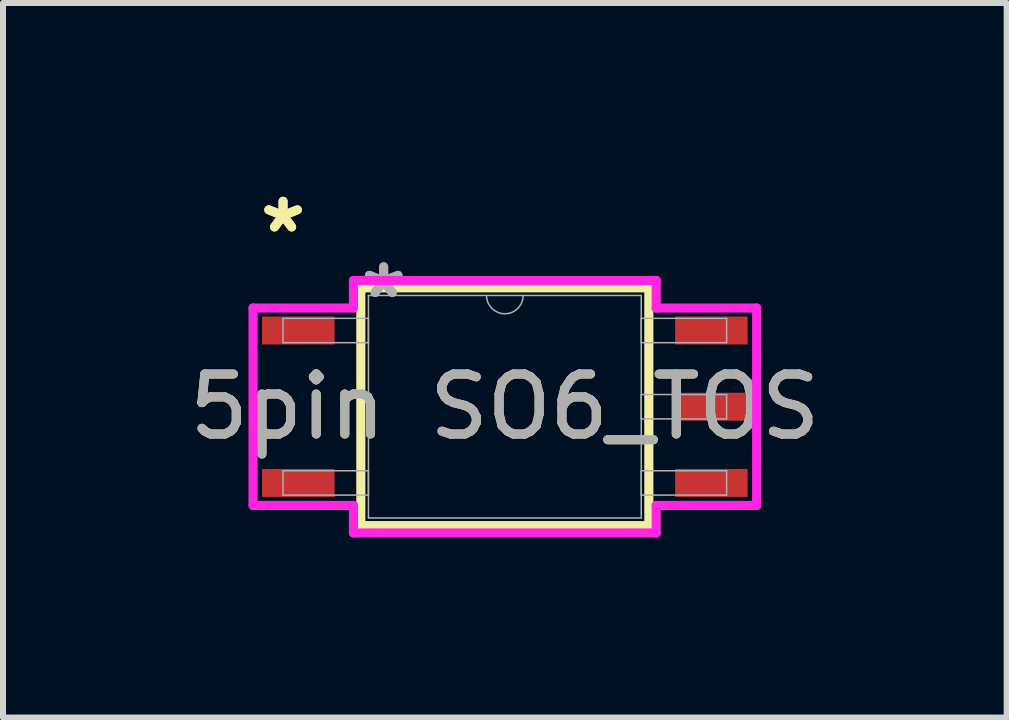
<source format=kicad_pcb>
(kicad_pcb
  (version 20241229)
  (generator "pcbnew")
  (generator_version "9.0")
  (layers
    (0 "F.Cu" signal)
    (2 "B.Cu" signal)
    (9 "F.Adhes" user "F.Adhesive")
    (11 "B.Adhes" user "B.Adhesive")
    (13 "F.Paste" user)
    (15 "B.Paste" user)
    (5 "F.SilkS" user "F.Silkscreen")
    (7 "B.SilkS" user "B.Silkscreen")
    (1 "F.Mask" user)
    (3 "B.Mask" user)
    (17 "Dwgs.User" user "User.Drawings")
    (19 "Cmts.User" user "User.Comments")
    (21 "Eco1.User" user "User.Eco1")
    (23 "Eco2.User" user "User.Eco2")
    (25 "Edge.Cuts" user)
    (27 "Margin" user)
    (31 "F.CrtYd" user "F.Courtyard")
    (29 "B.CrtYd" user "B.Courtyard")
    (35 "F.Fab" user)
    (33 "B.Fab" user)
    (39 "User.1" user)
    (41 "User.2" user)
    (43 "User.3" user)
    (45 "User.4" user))
  (footprint "5pin SO6_TOS"
    (layer "F.Cu")
    (at 5.363 3.728)
    (property "Reference" "5pin SO6_TOS" (at 0 0 0) (unlocked yes) (layer "F.SilkS") (effects (font (size 1 1) (thickness 0.15))))
    (attr smd)
    (fp_line (start -2.4 -1.981) (end -2.4 1.981) (stroke (width 0.152) (type solid)) (layer "F.SilkS"))
    (fp_line (start -2.4 1.981) (end 2.4 1.981) (stroke (width 0.152) (type solid)) (layer "F.SilkS"))
    (fp_line (start 2.4 -1.981) (end -2.4 -1.981) (stroke (width 0.152) (type solid)) (layer "F.SilkS"))
    (fp_line (start 2.4 1.981) (end 2.4 -1.981) (stroke (width 0.152) (type solid)) (layer "F.SilkS"))
    (fp_line (start -4.196 -1.645) (end -2.523 -1.645) (stroke (width 0.152) (type solid)) (layer "F.CrtYd"))
    (fp_line (start -4.196 1.645) (end -4.196 -1.645) (stroke (width 0.152) (type solid)) (layer "F.CrtYd"))
    (fp_line (start -2.523 -2.104) (end 2.523 -2.104) (stroke (width 0.152) (type solid)) (layer "F.CrtYd"))
    (fp_line (start -2.523 -1.645) (end -2.523 -2.104) (stroke (width 0.152) (type solid)) (layer "F.CrtYd"))
    (fp_line (start -2.523 1.645) (end -4.196 1.645) (stroke (width 0.152) (type solid)) (layer "F.CrtYd"))
    (fp_line (start -2.523 2.104) (end -2.523 1.645) (stroke (width 0.152) (type solid)) (layer "F.CrtYd"))
    (fp_line (start 2.523 -2.104) (end 2.523 -1.645) (stroke (width 0.152) (type solid)) (layer "F.CrtYd"))
    (fp_line (start 2.523 -1.645) (end 4.196 -1.645) (stroke (width 0.152) (type solid)) (layer "F.CrtYd"))
    (fp_line (start 2.523 1.645) (end 2.523 2.104) (stroke (width 0.152) (type solid)) (layer "F.CrtYd"))
    (fp_line (start 2.523 2.104) (end -2.523 2.104) (stroke (width 0.152) (type solid)) (layer "F.CrtYd"))
    (fp_line (start 4.196 -1.645) (end 4.196 1.645) (stroke (width 0.152) (type solid)) (layer "F.CrtYd"))
    (fp_line (start 4.196 1.645) (end 2.523 1.645) (stroke (width 0.152) (type solid)) (layer "F.CrtYd"))
    (fp_line (start -3.696 -1.473) (end -3.696 -1.067) (stroke (width 0.025) (type solid)) (layer "F.Fab"))
    (fp_line (start -3.696 -1.067) (end -2.273 -1.067) (stroke (width 0.025) (type solid)) (layer "F.Fab"))
    (fp_line (start -3.696 1.067) (end -3.696 1.473) (stroke (width 0.025) (type solid)) (layer "F.Fab"))
    (fp_line (start -3.696 1.473) (end -2.273 1.473) (stroke (width 0.025) (type solid)) (layer "F.Fab"))
    (fp_line (start -2.273 -1.854) (end -2.273 1.854) (stroke (width 0.025) (type solid)) (layer "F.Fab"))
    (fp_line (start -2.273 -1.473) (end -3.696 -1.473) (stroke (width 0.025) (type solid)) (layer "F.Fab"))
    (fp_line (start -2.273 -1.067) (end -2.273 -1.473) (stroke (width 0.025) (type solid)) (layer "F.Fab"))
    (fp_line (start -2.273 1.067) (end -3.696 1.067) (stroke (width 0.025) (type solid)) (layer "F.Fab"))
    (fp_line (start -2.273 1.473) (end -2.273 1.067) (stroke (width 0.025) (type solid)) (layer "F.Fab"))
    (fp_line (start -2.273 1.854) (end 2.273 1.854) (stroke (width 0.025) (type solid)) (layer "F.Fab"))
    (fp_line (start 2.273 -1.854) (end -2.273 -1.854) (stroke (width 0.025) (type solid)) (layer "F.Fab"))
    (fp_line (start 2.273 -1.473) (end 2.273 -1.067) (stroke (width 0.025) (type solid)) (layer "F.Fab"))
    (fp_line (start 2.273 -1.067) (end 3.696 -1.067) (stroke (width 0.025) (type solid)) (layer "F.Fab"))
    (fp_line (start 2.273 -0.203) (end 2.273 0.203) (stroke (width 0.025) (type solid)) (layer "F.Fab"))
    (fp_line (start 2.273 0.203) (end 3.696 0.203) (stroke (width 0.025) (type solid)) (layer "F.Fab"))
    (fp_line (start 2.273 1.067) (end 2.273 1.473) (stroke (width 0.025) (type solid)) (layer "F.Fab"))
    (fp_line (start 2.273 1.473) (end 3.696 1.473) (stroke (width 0.025) (type solid)) (layer "F.Fab"))
    (fp_line (start 2.273 1.854) (end 2.273 -1.854) (stroke (width 0.025) (type solid)) (layer "F.Fab"))
    (fp_line (start 3.696 -1.473) (end 2.273 -1.473) (stroke (width 0.025) (type solid)) (layer "F.Fab"))
    (fp_line (start 3.696 -1.067) (end 3.696 -1.473) (stroke (width 0.025) (type solid)) (layer "F.Fab"))
    (fp_line (start 3.696 -0.203) (end 2.273 -0.203) (stroke (width 0.025) (type solid)) (layer "F.Fab"))
    (fp_line (start 3.696 0.203) (end 3.696 -0.203) (stroke (width 0.025) (type solid)) (layer "F.Fab"))
    (fp_line (start 3.696 1.067) (end 2.273 1.067) (stroke (width 0.025) (type solid)) (layer "F.Fab"))
    (fp_line (start 3.696 1.473) (end 3.696 1.067) (stroke (width 0.025) (type solid)) (layer "F.Fab"))
    (fp_arc (start 0.3048 -1.8542) (mid 0 -1.5494) (end -0.3048 -1.8542) (stroke (width 0.0254) (type solid)) (layer "F.Fab"))
    (fp_text user "*" (at -3.696 -2.879 0) (unlocked yes) (layer "F.SilkS") (effects (font (size 1 1) (thickness 0.15))))
    (fp_text user "*" (at -3.696 -2.879 0) (layer "F.SilkS") (effects (font (size 1 1) (thickness 0.15))))
    (fp_text user "${REFERENCE}" (at 0 0 0) (unlocked yes) (layer "F.Fab") (effects (font (size 1 1) (thickness 0.15))))
    (fp_text user "*" (at -2.019 -1.787 0) (layer "F.Fab") (effects (font (size 1 1) (thickness 0.15))))
    (fp_text user "*" (at -2.019 -1.787 0) (unlocked yes) (layer "F.Fab") (effects (font (size 1 1) (thickness 0.15))))
    (pad "1" smd rect (at -3.442 -1.27) (size 1.208 0.466) (layers "F.Cu" "F.Mask" "F.Paste"))
    (pad "3" smd rect (at -3.442 1.27) (size 1.208 0.466) (layers "F.Cu" "F.Mask" "F.Paste"))
    (pad "4" smd rect (at 3.442 1.27) (size 1.208 0.466) (layers "F.Cu" "F.Mask" "F.Paste"))
    (pad "5" smd rect (at 3.442 0) (size 1.208 0.466) (layers "F.Cu" "F.Mask" "F.Paste"))
    (pad "6" smd rect (at 3.442 -1.27) (size 1.208 0.466) (layers "F.Cu" "F.Mask" "F.Paste")))
  (gr_rect
    (start -3 -3)
    (end 13.726 8.908)
    (stroke (width 0.1) (type default))
    (fill no)
    (layer "Edge.Cuts")))
</source>
